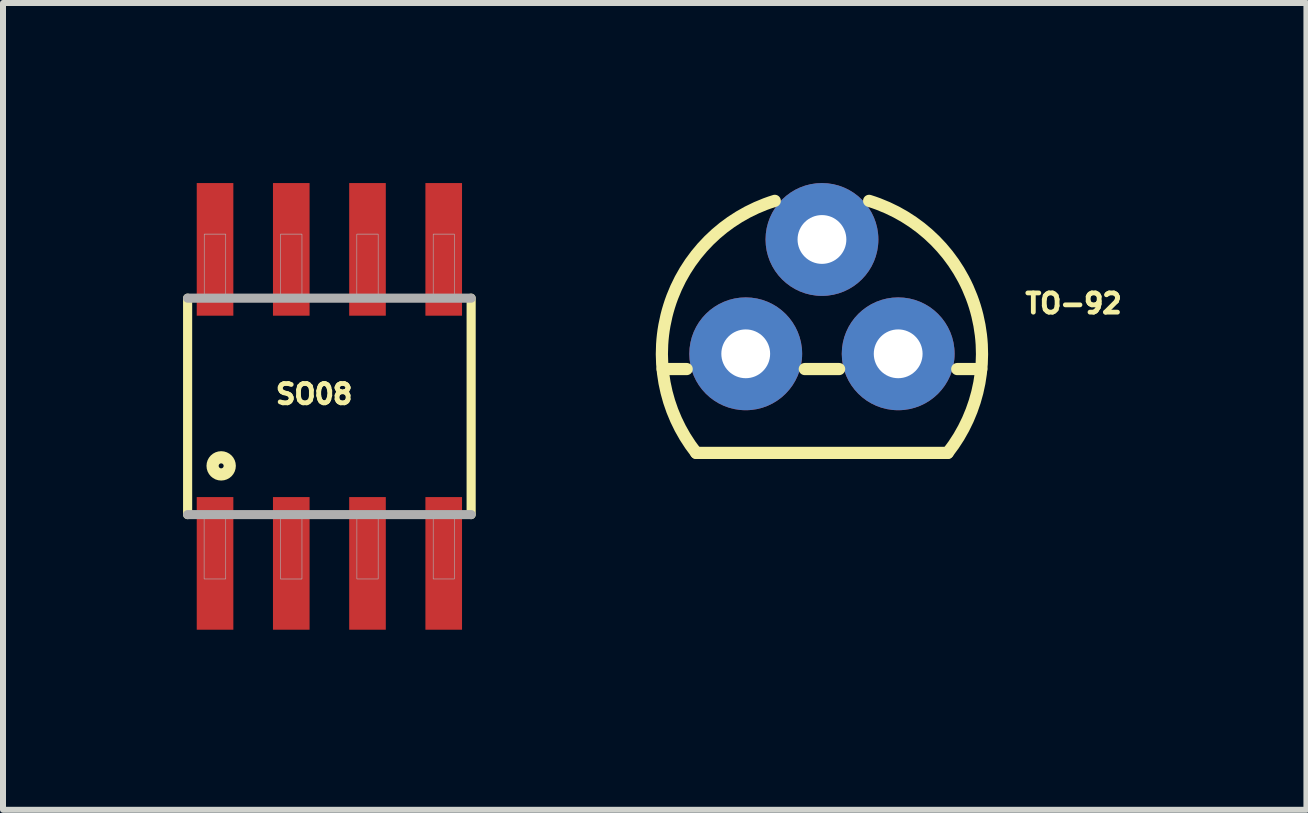
<source format=kicad_pcb>
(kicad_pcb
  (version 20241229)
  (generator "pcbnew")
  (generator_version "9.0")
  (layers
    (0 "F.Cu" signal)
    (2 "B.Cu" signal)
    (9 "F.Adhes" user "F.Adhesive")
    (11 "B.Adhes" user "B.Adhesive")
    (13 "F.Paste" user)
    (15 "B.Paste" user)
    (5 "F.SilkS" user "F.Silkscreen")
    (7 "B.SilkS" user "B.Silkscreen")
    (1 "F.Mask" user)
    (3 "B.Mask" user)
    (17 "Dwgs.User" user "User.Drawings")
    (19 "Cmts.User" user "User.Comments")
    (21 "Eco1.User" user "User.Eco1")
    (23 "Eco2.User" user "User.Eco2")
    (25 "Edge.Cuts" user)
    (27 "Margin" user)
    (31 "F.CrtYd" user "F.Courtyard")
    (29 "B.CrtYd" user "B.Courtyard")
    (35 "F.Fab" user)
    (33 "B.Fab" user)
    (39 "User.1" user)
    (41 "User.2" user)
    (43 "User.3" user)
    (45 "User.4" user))
  (footprint "SO08"
    (layer "F.Cu")
    (at 2.438 3.721)
    (property "Reference" "SO08" (at -0.254 -0.204 0) (layer "F.SilkS") (effects (font (size 0.321 0.321) (thickness 0.15))))
    (attr through_hole)
    (fp_line (start -2.362 -1.803) (end -2.362 1.803) (stroke (width 0.152) (type solid)) (layer "F.SilkS"))
    (fp_line (start 2.362 1.803) (end 2.362 -1.803) (stroke (width 0.152) (type solid)) (layer "F.SilkS"))
    (fp_circle (center -1.803 0.991) (end -1.66 0.991) (stroke (width 0.203) (type solid)) (fill no) (layer "F.SilkS"))
    (fp_line (start -2.362 1.803) (end 2.362 1.803) (stroke (width 0.152) (type solid)) (layer "F.Fab"))
    (fp_line (start 2.362 -1.803) (end -2.362 -1.803) (stroke (width 0.152) (type solid)) (layer "F.Fab"))
    (fp_poly (pts (xy -2.087 1.854) (xy -1.727 1.854) (xy -1.727 2.875) (xy -2.087 2.875)) (stroke (width 0.01) (type solid)) (fill no) (layer "F.Fab"))
    (fp_poly (pts (xy -2.085 -2.87) (xy -1.727 -2.87) (xy -1.727 -1.856) (xy -2.085 -1.856)) (stroke (width 0.01) (type solid)) (fill no) (layer "F.Fab"))
    (fp_poly (pts (xy -0.814 1.854) (xy -0.457 1.854) (xy -0.457 2.876) (xy -0.814 2.876)) (stroke (width 0.01) (type solid)) (fill no) (layer "F.Fab"))
    (fp_poly (pts (xy -0.814 -2.87) (xy -0.457 -2.87) (xy -0.457 -1.856) (xy -0.814 -1.856)) (stroke (width 0.01) (type solid)) (fill no) (layer "F.Fab"))
    (fp_poly (pts (xy 0.457 -2.87) (xy 0.813 -2.87) (xy 0.813 -1.855) (xy 0.457 -1.855)) (stroke (width 0.01) (type solid)) (fill no) (layer "F.Fab"))
    (fp_poly (pts (xy 0.458 1.854) (xy 0.813 1.854) (xy 0.813 2.875) (xy 0.458 2.875)) (stroke (width 0.01) (type solid)) (fill no) (layer "F.Fab"))
    (fp_poly (pts (xy 1.73 1.854) (xy 2.083 1.854) (xy 2.083 2.875) (xy 1.73 2.875)) (stroke (width 0.01) (type solid)) (fill no) (layer "F.Fab"))
    (fp_poly (pts (xy 1.73 -2.87) (xy 2.083 -2.87) (xy 2.083 -1.858) (xy 1.73 -1.858)) (stroke (width 0.01) (type solid)) (fill no) (layer "F.Fab"))
    (pad "1" smd rect (at -1.905 2.616) (size 0.61 2.21) (layers "F.Cu" "F.Mask" "F.Paste"))
    (pad "2" smd rect (at -0.635 2.616) (size 0.61 2.21) (layers "F.Cu" "F.Mask" "F.Paste"))
    (pad "3" smd rect (at 0.635 2.616) (size 0.61 2.21) (layers "F.Cu" "F.Mask" "F.Paste"))
    (pad "4" smd rect (at 1.905 2.616) (size 0.61 2.21) (layers "F.Cu" "F.Mask" "F.Paste"))
    (pad "5" smd rect (at 1.905 -2.616) (size 0.61 2.21) (layers "F.Cu" "F.Mask" "F.Paste"))
    (pad "6" smd rect (at 0.635 -2.616) (size 0.61 2.21) (layers "F.Cu" "F.Mask" "F.Paste"))
    (pad "7" smd rect (at -0.635 -2.616) (size 0.61 2.21) (layers "F.Cu" "F.Mask" "F.Paste"))
    (pad "8" smd rect (at -1.905 -2.616) (size 0.61 2.21) (layers "F.Cu" "F.Mask" "F.Paste")))
  (footprint "TO-92"
    (layer "F.Cu")
    (at 10.645 2.845)
    (property "Reference" "TO-92" (at 4.192 -0.838 0) (layer "F.SilkS") (effects (font (size 0.32 0.32) (thickness 0.15))))
    (attr through_hole)
    (fp_line (start -2.655 0.254) (end -2.254 0.254) (stroke (width 0.203) (type solid)) (layer "F.SilkS"))
    (fp_line (start -2.095 1.651) (end 2.095 1.651) (stroke (width 0.203) (type solid)) (layer "F.SilkS"))
    (fp_line (start -0.286 0.254) (end 0.286 0.254) (stroke (width 0.203) (type solid)) (layer "F.SilkS"))
    (fp_line (start 2.254 0.254) (end 2.655 0.254) (stroke (width 0.203) (type solid)) (layer "F.SilkS"))
    (fp_arc (start -2.0946 1.651) (mid -2.54634 -0.793276) (end -0.7863 -2.5485) (stroke (width 0.2032) (type solid)) (layer "F.SilkS"))
    (fp_arc (start 0.786299 -2.5484) (mid 2.546275 -0.793203) (end 2.0945 1.651) (stroke (width 0.2032) (type solid)) (layer "F.SilkS"))
    (pad "1" thru_hole circle (at -1.27 0) (size 1.88 1.88) (drill 0.813) (layers "*.Cu" "*.Mask"))
    (pad "2" thru_hole circle (at 0 -1.905) (size 1.88 1.88) (drill 0.813) (layers "*.Cu" "*.Mask"))
    (pad "3" thru_hole circle (at 1.27 0) (size 1.88 1.88) (drill 0.813) (layers "*.Cu" "*.Mask")))
  (gr_rect
    (start -3 -3)
    (end 18.717 10.442)
    (stroke (width 0.1) (type default))
    (fill no)
    (layer "Edge.Cuts")))
</source>
